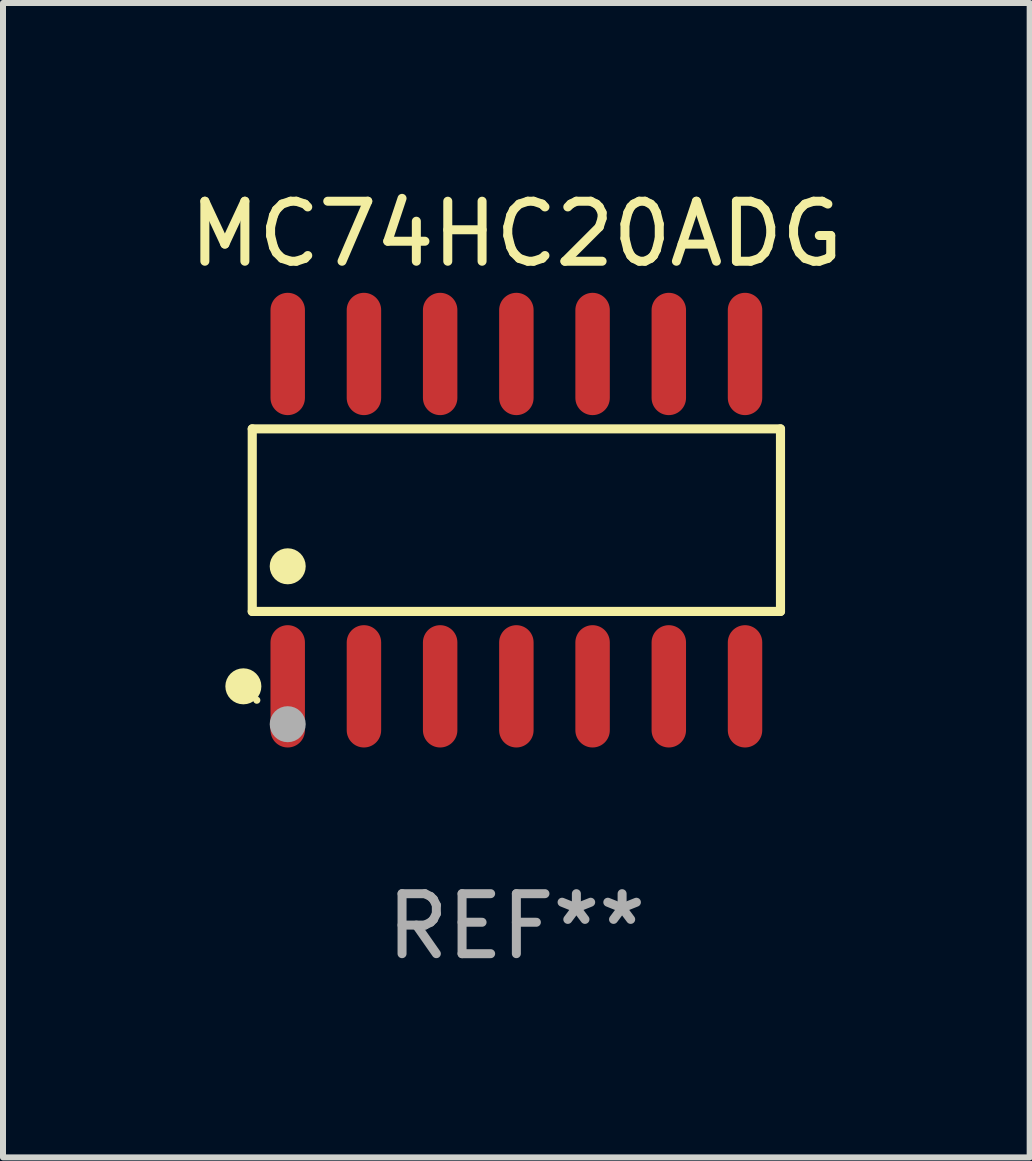
<source format=kicad_pcb>
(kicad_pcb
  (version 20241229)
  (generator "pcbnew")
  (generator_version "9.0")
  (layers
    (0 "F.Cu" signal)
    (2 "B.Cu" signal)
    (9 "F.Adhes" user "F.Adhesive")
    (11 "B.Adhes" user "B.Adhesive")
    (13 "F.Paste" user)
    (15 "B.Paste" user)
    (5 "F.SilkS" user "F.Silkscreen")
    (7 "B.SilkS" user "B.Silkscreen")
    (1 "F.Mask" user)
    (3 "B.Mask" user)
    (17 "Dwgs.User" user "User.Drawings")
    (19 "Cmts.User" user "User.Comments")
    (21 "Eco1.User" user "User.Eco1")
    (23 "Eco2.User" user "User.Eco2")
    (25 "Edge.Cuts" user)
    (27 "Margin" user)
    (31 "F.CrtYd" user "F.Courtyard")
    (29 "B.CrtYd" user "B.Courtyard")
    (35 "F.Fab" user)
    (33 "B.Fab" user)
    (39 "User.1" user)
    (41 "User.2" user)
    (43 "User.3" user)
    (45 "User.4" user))
  (footprint "MC74HC20ADG"
    (layer "F.Cu")
    (at 5.554 5.617)
    (property "Reference" "MC74HC20ADG" (at 0 -4.769 0) (layer "F.SilkS") (effects (font (size 1 1) (thickness 0.15))))
    (attr through_hole)
    (fp_line (start -4.401 -1.521) (end 4.401 -1.521) (stroke (width 0.152) (type solid)) (layer "F.SilkS"))
    (fp_line (start -4.401 1.521) (end -4.401 -1.521) (stroke (width 0.152) (type solid)) (layer "F.SilkS"))
    (fp_line (start 4.401 -1.521) (end 4.401 1.521) (stroke (width 0.152) (type solid)) (layer "F.SilkS"))
    (fp_line (start 4.401 1.521) (end -4.401 1.521) (stroke (width 0.152) (type solid)) (layer "F.SilkS"))
    (fp_circle (center -4.549 2.769) (end -4.399 2.769) (stroke (width 0.3) (type solid)) (fill no) (layer "F.SilkS"))
    (fp_circle (center -4.325 3) (end -4.295 3) (stroke (width 0.06) (type solid)) (fill no) (layer "F.SilkS"))
    (fp_circle (center -3.81 0.769) (end -3.66 0.769) (stroke (width 0.3) (type solid)) (fill no) (layer "F.SilkS"))
    (fp_circle (center -3.81 3.4) (end -3.66 3.4) (stroke (width 0.3) (type solid)) (fill no) (layer "F.Fab"))
    (fp_text user "REF**" (at 0 6.769 0) (layer "F.Fab") (effects (font (size 1 1) (thickness 0.15))))
    (pad "1" smd oval (at -3.81 2.769) (size 0.574 2.038) (layers "F.Cu" "F.Mask" "F.Paste"))
    (pad "2" smd oval (at -2.54 2.769) (size 0.574 2.038) (layers "F.Cu" "F.Mask" "F.Paste"))
    (pad "3" smd oval (at -1.27 2.769) (size 0.574 2.038) (layers "F.Cu" "F.Mask" "F.Paste"))
    (pad "4" smd oval (at 0 2.769) (size 0.574 2.038) (layers "F.Cu" "F.Mask" "F.Paste"))
    (pad "5" smd oval (at 1.27 2.769) (size 0.574 2.038) (layers "F.Cu" "F.Mask" "F.Paste"))
    (pad "6" smd oval (at 2.54 2.769) (size 0.574 2.038) (layers "F.Cu" "F.Mask" "F.Paste"))
    (pad "7" smd oval (at 3.81 2.769) (size 0.574 2.038) (layers "F.Cu" "F.Mask" "F.Paste"))
    (pad "8" smd oval (at 3.81 -2.769) (size 0.574 2.038) (layers "F.Cu" "F.Mask" "F.Paste"))
    (pad "9" smd oval (at 2.54 -2.769) (size 0.574 2.038) (layers "F.Cu" "F.Mask" "F.Paste"))
    (pad "10" smd oval (at 1.27 -2.769) (size 0.574 2.038) (layers "F.Cu" "F.Mask" "F.Paste"))
    (pad "11" smd oval (at 0 -2.769) (size 0.574 2.038) (layers "F.Cu" "F.Mask" "F.Paste"))
    (pad "12" smd oval (at -1.27 -2.769) (size 0.574 2.038) (layers "F.Cu" "F.Mask" "F.Paste"))
    (pad "13" smd oval (at -2.54 -2.769) (size 0.574 2.038) (layers "F.Cu" "F.Mask" "F.Paste"))
    (pad "14" smd oval (at -3.81 -2.769) (size 0.574 2.038) (layers "F.Cu" "F.Mask" "F.Paste")))
  (gr_rect
    (start -3 -3)
    (end 14.107 16.235)
    (stroke (width 0.1) (type default))
    (fill no)
    (layer "Edge.Cuts")))
</source>
